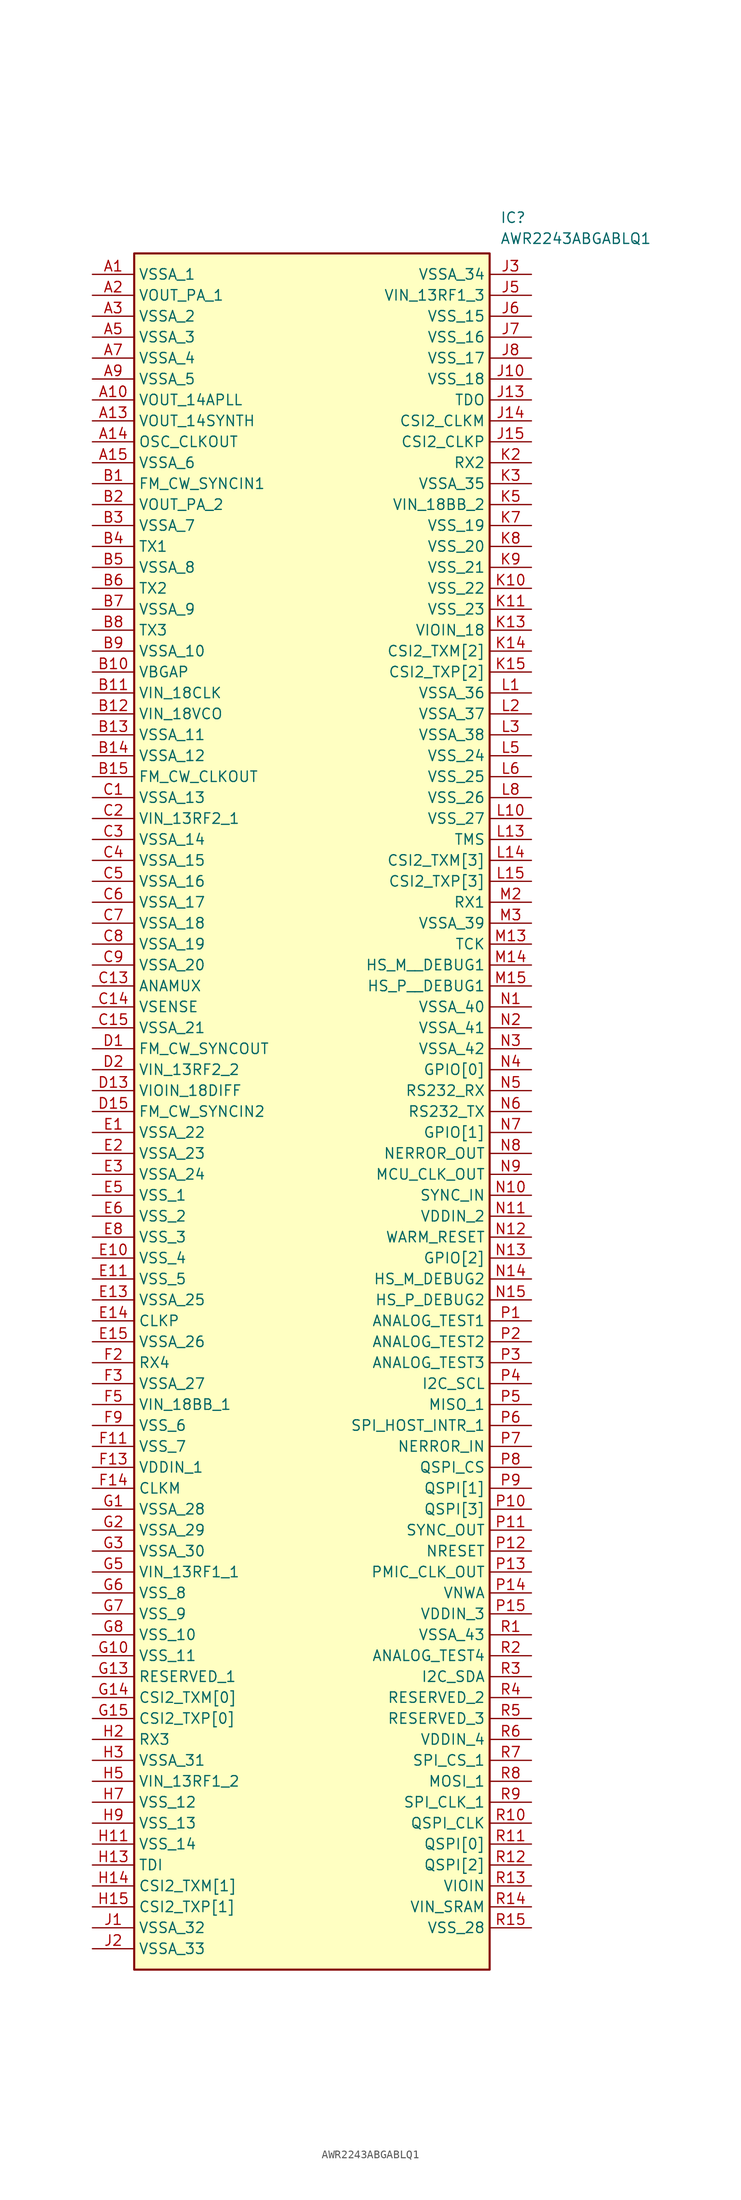
<source format=kicad_sym>
(kicad_symbol_lib
  (version 20211014)
  (generator SamacSys_ECAD_Model)
  (symbol "AWR2243ABGABLQ1"
    (property "Reference" "IC"
      (at 49.53 7.62 0)
      (effects (font (size 1.27 1.27)) (justify left top)))
    (property "Value" "AWR2243ABGABLQ1"
      (at 49.53 5.08 0)
      (effects (font (size 1.27 1.27)) (justify left top)))
    (rectangle
      (start 5.08 2.54)
      (end 48.26 -205.74)
      (stroke (width 0.254) (type default))
      (fill (type background)))
    (pin passive line
      (at 0 0 0)
      (length 5.08)
      (name "VSSA_1" (effects (font (size 1.27 1.27))))
      (number "A1" (effects (font (size 1.27 1.27)))))
    (pin passive line
      (at 0 -2.54 0)
      (length 5.08)
      (name "VOUT_PA_1" (effects (font (size 1.27 1.27))))
      (number "A2" (effects (font (size 1.27 1.27)))))
    (pin passive line
      (at 0 -5.08 0)
      (length 5.08)
      (name "VSSA_2" (effects (font (size 1.27 1.27))))
      (number "A3" (effects (font (size 1.27 1.27)))))
    (pin passive line
      (at 0 -7.62 0)
      (length 5.08)
      (name "VSSA_3" (effects (font (size 1.27 1.27))))
      (number "A5" (effects (font (size 1.27 1.27)))))
    (pin passive line
      (at 0 -10.16 0)
      (length 5.08)
      (name "VSSA_4" (effects (font (size 1.27 1.27))))
      (number "A7" (effects (font (size 1.27 1.27)))))
    (pin passive line
      (at 0 -12.7 0)
      (length 5.08)
      (name "VSSA_5" (effects (font (size 1.27 1.27))))
      (number "A9" (effects (font (size 1.27 1.27)))))
    (pin passive line
      (at 0 -15.24 0)
      (length 5.08)
      (name "VOUT_14APLL" (effects (font (size 1.27 1.27))))
      (number "A10" (effects (font (size 1.27 1.27)))))
    (pin passive line
      (at 0 -17.78 0)
      (length 5.08)
      (name "VOUT_14SYNTH" (effects (font (size 1.27 1.27))))
      (number "A13" (effects (font (size 1.27 1.27)))))
    (pin passive line
      (at 0 -20.32 0)
      (length 5.08)
      (name "OSC_CLKOUT" (effects (font (size 1.27 1.27))))
      (number "A14" (effects (font (size 1.27 1.27)))))
    (pin passive line
      (at 0 -22.86 0)
      (length 5.08)
      (name "VSSA_6" (effects (font (size 1.27 1.27))))
      (number "A15" (effects (font (size 1.27 1.27)))))
    (pin passive line
      (at 0 -25.4 0)
      (length 5.08)
      (name "FM_CW_SYNCIN1" (effects (font (size 1.27 1.27))))
      (number "B1" (effects (font (size 1.27 1.27)))))
    (pin passive line
      (at 0 -27.94 0)
      (length 5.08)
      (name "VOUT_PA_2" (effects (font (size 1.27 1.27))))
      (number "B2" (effects (font (size 1.27 1.27)))))
    (pin passive line
      (at 0 -30.48 0)
      (length 5.08)
      (name "VSSA_7" (effects (font (size 1.27 1.27))))
      (number "B3" (effects (font (size 1.27 1.27)))))
    (pin passive line
      (at 0 -33.02 0)
      (length 5.08)
      (name "TX1" (effects (font (size 1.27 1.27))))
      (number "B4" (effects (font (size 1.27 1.27)))))
    (pin passive line
      (at 0 -35.56 0)
      (length 5.08)
      (name "VSSA_8" (effects (font (size 1.27 1.27))))
      (number "B5" (effects (font (size 1.27 1.27)))))
    (pin passive line
      (at 0 -38.1 0)
      (length 5.08)
      (name "TX2" (effects (font (size 1.27 1.27))))
      (number "B6" (effects (font (size 1.27 1.27)))))
    (pin passive line
      (at 0 -40.64 0)
      (length 5.08)
      (name "VSSA_9" (effects (font (size 1.27 1.27))))
      (number "B7" (effects (font (size 1.27 1.27)))))
    (pin passive line
      (at 0 -43.18 0)
      (length 5.08)
      (name "TX3" (effects (font (size 1.27 1.27))))
      (number "B8" (effects (font (size 1.27 1.27)))))
    (pin passive line
      (at 0 -45.72 0)
      (length 5.08)
      (name "VSSA_10" (effects (font (size 1.27 1.27))))
      (number "B9" (effects (font (size 1.27 1.27)))))
    (pin passive line
      (at 0 -48.26 0)
      (length 5.08)
      (name "VBGAP" (effects (font (size 1.27 1.27))))
      (number "B10" (effects (font (size 1.27 1.27)))))
    (pin passive line
      (at 0 -50.8 0)
      (length 5.08)
      (name "VIN_18CLK" (effects (font (size 1.27 1.27))))
      (number "B11" (effects (font (size 1.27 1.27)))))
    (pin passive line
      (at 0 -53.34 0)
      (length 5.08)
      (name "VIN_18VCO" (effects (font (size 1.27 1.27))))
      (number "B12" (effects (font (size 1.27 1.27)))))
    (pin passive line
      (at 0 -55.88 0)
      (length 5.08)
      (name "VSSA_11" (effects (font (size 1.27 1.27))))
      (number "B13" (effects (font (size 1.27 1.27)))))
    (pin passive line
      (at 0 -58.42 0)
      (length 5.08)
      (name "VSSA_12" (effects (font (size 1.27 1.27))))
      (number "B14" (effects (font (size 1.27 1.27)))))
    (pin passive line
      (at 0 -60.96 0)
      (length 5.08)
      (name "FM_CW_CLKOUT" (effects (font (size 1.27 1.27))))
      (number "B15" (effects (font (size 1.27 1.27)))))
    (pin passive line
      (at 0 -63.5 0)
      (length 5.08)
      (name "VSSA_13" (effects (font (size 1.27 1.27))))
      (number "C1" (effects (font (size 1.27 1.27)))))
    (pin passive line
      (at 0 -66.04 0)
      (length 5.08)
      (name "VIN_13RF2_1" (effects (font (size 1.27 1.27))))
      (number "C2" (effects (font (size 1.27 1.27)))))
    (pin passive line
      (at 0 -68.58 0)
      (length 5.08)
      (name "VSSA_14" (effects (font (size 1.27 1.27))))
      (number "C3" (effects (font (size 1.27 1.27)))))
    (pin passive line
      (at 0 -71.12 0)
      (length 5.08)
      (name "VSSA_15" (effects (font (size 1.27 1.27))))
      (number "C4" (effects (font (size 1.27 1.27)))))
    (pin passive line
      (at 0 -73.66 0)
      (length 5.08)
      (name "VSSA_16" (effects (font (size 1.27 1.27))))
      (number "C5" (effects (font (size 1.27 1.27)))))
    (pin passive line
      (at 0 -76.2 0)
      (length 5.08)
      (name "VSSA_17" (effects (font (size 1.27 1.27))))
      (number "C6" (effects (font (size 1.27 1.27)))))
    (pin passive line
      (at 0 -78.74 0)
      (length 5.08)
      (name "VSSA_18" (effects (font (size 1.27 1.27))))
      (number "C7" (effects (font (size 1.27 1.27)))))
    (pin passive line
      (at 0 -81.28 0)
      (length 5.08)
      (name "VSSA_19" (effects (font (size 1.27 1.27))))
      (number "C8" (effects (font (size 1.27 1.27)))))
    (pin passive line
      (at 0 -83.82 0)
      (length 5.08)
      (name "VSSA_20" (effects (font (size 1.27 1.27))))
      (number "C9" (effects (font (size 1.27 1.27)))))
    (pin passive line
      (at 0 -86.36 0)
      (length 5.08)
      (name "ANAMUX" (effects (font (size 1.27 1.27))))
      (number "C13" (effects (font (size 1.27 1.27)))))
    (pin passive line
      (at 0 -88.9 0)
      (length 5.08)
      (name "VSENSE" (effects (font (size 1.27 1.27))))
      (number "C14" (effects (font (size 1.27 1.27)))))
    (pin passive line
      (at 0 -91.44 0)
      (length 5.08)
      (name "VSSA_21" (effects (font (size 1.27 1.27))))
      (number "C15" (effects (font (size 1.27 1.27)))))
    (pin passive line
      (at 0 -93.98 0)
      (length 5.08)
      (name "FM_CW_SYNCOUT" (effects (font (size 1.27 1.27))))
      (number "D1" (effects (font (size 1.27 1.27)))))
    (pin passive line
      (at 0 -96.52 0)
      (length 5.08)
      (name "VIN_13RF2_2" (effects (font (size 1.27 1.27))))
      (number "D2" (effects (font (size 1.27 1.27)))))
    (pin passive line
      (at 0 -99.06 0)
      (length 5.08)
      (name "VIOIN_18DIFF" (effects (font (size 1.27 1.27))))
      (number "D13" (effects (font (size 1.27 1.27)))))
    (pin passive line
      (at 0 -101.6 0)
      (length 5.08)
      (name "FM_CW_SYNCIN2" (effects (font (size 1.27 1.27))))
      (number "D15" (effects (font (size 1.27 1.27)))))
    (pin passive line
      (at 0 -104.14 0)
      (length 5.08)
      (name "VSSA_22" (effects (font (size 1.27 1.27))))
      (number "E1" (effects (font (size 1.27 1.27)))))
    (pin passive line
      (at 0 -106.68 0)
      (length 5.08)
      (name "VSSA_23" (effects (font (size 1.27 1.27))))
      (number "E2" (effects (font (size 1.27 1.27)))))
    (pin passive line
      (at 0 -109.22 0)
      (length 5.08)
      (name "VSSA_24" (effects (font (size 1.27 1.27))))
      (number "E3" (effects (font (size 1.27 1.27)))))
    (pin passive line
      (at 0 -111.76 0)
      (length 5.08)
      (name "VSS_1" (effects (font (size 1.27 1.27))))
      (number "E5" (effects (font (size 1.27 1.27)))))
    (pin passive line
      (at 0 -114.3 0)
      (length 5.08)
      (name "VSS_2" (effects (font (size 1.27 1.27))))
      (number "E6" (effects (font (size 1.27 1.27)))))
    (pin passive line
      (at 0 -116.84 0)
      (length 5.08)
      (name "VSS_3" (effects (font (size 1.27 1.27))))
      (number "E8" (effects (font (size 1.27 1.27)))))
    (pin passive line
      (at 0 -119.38 0)
      (length 5.08)
      (name "VSS_4" (effects (font (size 1.27 1.27))))
      (number "E10" (effects (font (size 1.27 1.27)))))
    (pin passive line
      (at 0 -121.92 0)
      (length 5.08)
      (name "VSS_5" (effects (font (size 1.27 1.27))))
      (number "E11" (effects (font (size 1.27 1.27)))))
    (pin passive line
      (at 0 -124.46 0)
      (length 5.08)
      (name "VSSA_25" (effects (font (size 1.27 1.27))))
      (number "E13" (effects (font (size 1.27 1.27)))))
    (pin passive line
      (at 0 -127 0)
      (length 5.08)
      (name "CLKP" (effects (font (size 1.27 1.27))))
      (number "E14" (effects (font (size 1.27 1.27)))))
    (pin passive line
      (at 0 -129.54 0)
      (length 5.08)
      (name "VSSA_26" (effects (font (size 1.27 1.27))))
      (number "E15" (effects (font (size 1.27 1.27)))))
    (pin passive line
      (at 0 -132.08 0)
      (length 5.08)
      (name "RX4" (effects (font (size 1.27 1.27))))
      (number "F2" (effects (font (size 1.27 1.27)))))
    (pin passive line
      (at 0 -134.62 0)
      (length 5.08)
      (name "VSSA_27" (effects (font (size 1.27 1.27))))
      (number "F3" (effects (font (size 1.27 1.27)))))
    (pin passive line
      (at 0 -137.16 0)
      (length 5.08)
      (name "VIN_18BB_1" (effects (font (size 1.27 1.27))))
      (number "F5" (effects (font (size 1.27 1.27)))))
    (pin passive line
      (at 0 -139.7 0)
      (length 5.08)
      (name "VSS_6" (effects (font (size 1.27 1.27))))
      (number "F9" (effects (font (size 1.27 1.27)))))
    (pin passive line
      (at 0 -142.24 0)
      (length 5.08)
      (name "VSS_7" (effects (font (size 1.27 1.27))))
      (number "F11" (effects (font (size 1.27 1.27)))))
    (pin passive line
      (at 0 -144.78 0)
      (length 5.08)
      (name "VDDIN_1" (effects (font (size 1.27 1.27))))
      (number "F13" (effects (font (size 1.27 1.27)))))
    (pin passive line
      (at 0 -147.32 0)
      (length 5.08)
      (name "CLKM" (effects (font (size 1.27 1.27))))
      (number "F14" (effects (font (size 1.27 1.27)))))
    (pin passive line
      (at 0 -149.86 0)
      (length 5.08)
      (name "VSSA_28" (effects (font (size 1.27 1.27))))
      (number "G1" (effects (font (size 1.27 1.27)))))
    (pin passive line
      (at 0 -152.4 0)
      (length 5.08)
      (name "VSSA_29" (effects (font (size 1.27 1.27))))
      (number "G2" (effects (font (size 1.27 1.27)))))
    (pin passive line
      (at 0 -154.94 0)
      (length 5.08)
      (name "VSSA_30" (effects (font (size 1.27 1.27))))
      (number "G3" (effects (font (size 1.27 1.27)))))
    (pin passive line
      (at 0 -157.48 0)
      (length 5.08)
      (name "VIN_13RF1_1" (effects (font (size 1.27 1.27))))
      (number "G5" (effects (font (size 1.27 1.27)))))
    (pin passive line
      (at 0 -160.02 0)
      (length 5.08)
      (name "VSS_8" (effects (font (size 1.27 1.27))))
      (number "G6" (effects (font (size 1.27 1.27)))))
    (pin passive line
      (at 0 -162.56 0)
      (length 5.08)
      (name "VSS_9" (effects (font (size 1.27 1.27))))
      (number "G7" (effects (font (size 1.27 1.27)))))
    (pin passive line
      (at 0 -165.1 0)
      (length 5.08)
      (name "VSS_10" (effects (font (size 1.27 1.27))))
      (number "G8" (effects (font (size 1.27 1.27)))))
    (pin passive line
      (at 0 -167.64 0)
      (length 5.08)
      (name "VSS_11" (effects (font (size 1.27 1.27))))
      (number "G10" (effects (font (size 1.27 1.27)))))
    (pin passive line
      (at 0 -170.18 0)
      (length 5.08)
      (name "RESERVED_1" (effects (font (size 1.27 1.27))))
      (number "G13" (effects (font (size 1.27 1.27)))))
    (pin passive line
      (at 0 -172.72 0)
      (length 5.08)
      (name "CSI2_TXM[0]" (effects (font (size 1.27 1.27))))
      (number "G14" (effects (font (size 1.27 1.27)))))
    (pin passive line
      (at 0 -175.26 0)
      (length 5.08)
      (name "CSI2_TXP[0]" (effects (font (size 1.27 1.27))))
      (number "G15" (effects (font (size 1.27 1.27)))))
    (pin passive line
      (at 0 -177.8 0)
      (length 5.08)
      (name "RX3" (effects (font (size 1.27 1.27))))
      (number "H2" (effects (font (size 1.27 1.27)))))
    (pin passive line
      (at 0 -180.34 0)
      (length 5.08)
      (name "VSSA_31" (effects (font (size 1.27 1.27))))
      (number "H3" (effects (font (size 1.27 1.27)))))
    (pin passive line
      (at 0 -182.88 0)
      (length 5.08)
      (name "VIN_13RF1_2" (effects (font (size 1.27 1.27))))
      (number "H5" (effects (font (size 1.27 1.27)))))
    (pin passive line
      (at 0 -185.42 0)
      (length 5.08)
      (name "VSS_12" (effects (font (size 1.27 1.27))))
      (number "H7" (effects (font (size 1.27 1.27)))))
    (pin passive line
      (at 0 -187.96 0)
      (length 5.08)
      (name "VSS_13" (effects (font (size 1.27 1.27))))
      (number "H9" (effects (font (size 1.27 1.27)))))
    (pin passive line
      (at 0 -190.5 0)
      (length 5.08)
      (name "VSS_14" (effects (font (size 1.27 1.27))))
      (number "H11" (effects (font (size 1.27 1.27)))))
    (pin passive line
      (at 0 -193.04 0)
      (length 5.08)
      (name "TDI" (effects (font (size 1.27 1.27))))
      (number "H13" (effects (font (size 1.27 1.27)))))
    (pin passive line
      (at 0 -195.58 0)
      (length 5.08)
      (name "CSI2_TXM[1]" (effects (font (size 1.27 1.27))))
      (number "H14" (effects (font (size 1.27 1.27)))))
    (pin passive line
      (at 0 -198.12 0)
      (length 5.08)
      (name "CSI2_TXP[1]" (effects (font (size 1.27 1.27))))
      (number "H15" (effects (font (size 1.27 1.27)))))
    (pin passive line
      (at 0 -200.66 0)
      (length 5.08)
      (name "VSSA_32" (effects (font (size 1.27 1.27))))
      (number "J1" (effects (font (size 1.27 1.27)))))
    (pin passive line
      (at 0 -203.2 0)
      (length 5.08)
      (name "VSSA_33" (effects (font (size 1.27 1.27))))
      (number "J2" (effects (font (size 1.27 1.27)))))
    (pin passive line
      (at 53.34 0 180)
      (length 5.08)
      (name "VSSA_34" (effects (font (size 1.27 1.27))))
      (number "J3" (effects (font (size 1.27 1.27)))))
    (pin passive line
      (at 53.34 -2.54 180)
      (length 5.08)
      (name "VIN_13RF1_3" (effects (font (size 1.27 1.27))))
      (number "J5" (effects (font (size 1.27 1.27)))))
    (pin passive line
      (at 53.34 -5.08 180)
      (length 5.08)
      (name "VSS_15" (effects (font (size 1.27 1.27))))
      (number "J6" (effects (font (size 1.27 1.27)))))
    (pin passive line
      (at 53.34 -7.62 180)
      (length 5.08)
      (name "VSS_16" (effects (font (size 1.27 1.27))))
      (number "J7" (effects (font (size 1.27 1.27)))))
    (pin passive line
      (at 53.34 -10.16 180)
      (length 5.08)
      (name "VSS_17" (effects (font (size 1.27 1.27))))
      (number "J8" (effects (font (size 1.27 1.27)))))
    (pin passive line
      (at 53.34 -12.7 180)
      (length 5.08)
      (name "VSS_18" (effects (font (size 1.27 1.27))))
      (number "J10" (effects (font (size 1.27 1.27)))))
    (pin passive line
      (at 53.34 -15.24 180)
      (length 5.08)
      (name "TDO" (effects (font (size 1.27 1.27))))
      (number "J13" (effects (font (size 1.27 1.27)))))
    (pin passive line
      (at 53.34 -17.78 180)
      (length 5.08)
      (name "CSI2_CLKM" (effects (font (size 1.27 1.27))))
      (number "J14" (effects (font (size 1.27 1.27)))))
    (pin passive line
      (at 53.34 -20.32 180)
      (length 5.08)
      (name "CSI2_CLKP" (effects (font (size 1.27 1.27))))
      (number "J15" (effects (font (size 1.27 1.27)))))
    (pin passive line
      (at 53.34 -22.86 180)
      (length 5.08)
      (name "RX2" (effects (font (size 1.27 1.27))))
      (number "K2" (effects (font (size 1.27 1.27)))))
    (pin passive line
      (at 53.34 -25.4 180)
      (length 5.08)
      (name "VSSA_35" (effects (font (size 1.27 1.27))))
      (number "K3" (effects (font (size 1.27 1.27)))))
    (pin passive line
      (at 53.34 -27.94 180)
      (length 5.08)
      (name "VIN_18BB_2" (effects (font (size 1.27 1.27))))
      (number "K5" (effects (font (size 1.27 1.27)))))
    (pin passive line
      (at 53.34 -30.48 180)
      (length 5.08)
      (name "VSS_19" (effects (font (size 1.27 1.27))))
      (number "K7" (effects (font (size 1.27 1.27)))))
    (pin passive line
      (at 53.34 -33.02 180)
      (length 5.08)
      (name "VSS_20" (effects (font (size 1.27 1.27))))
      (number "K8" (effects (font (size 1.27 1.27)))))
    (pin passive line
      (at 53.34 -35.56 180)
      (length 5.08)
      (name "VSS_21" (effects (font (size 1.27 1.27))))
      (number "K9" (effects (font (size 1.27 1.27)))))
    (pin passive line
      (at 53.34 -38.1 180)
      (length 5.08)
      (name "VSS_22" (effects (font (size 1.27 1.27))))
      (number "K10" (effects (font (size 1.27 1.27)))))
    (pin passive line
      (at 53.34 -40.64 180)
      (length 5.08)
      (name "VSS_23" (effects (font (size 1.27 1.27))))
      (number "K11" (effects (font (size 1.27 1.27)))))
    (pin passive line
      (at 53.34 -43.18 180)
      (length 5.08)
      (name "VIOIN_18" (effects (font (size 1.27 1.27))))
      (number "K13" (effects (font (size 1.27 1.27)))))
    (pin passive line
      (at 53.34 -45.72 180)
      (length 5.08)
      (name "CSI2_TXM[2]" (effects (font (size 1.27 1.27))))
      (number "K14" (effects (font (size 1.27 1.27)))))
    (pin passive line
      (at 53.34 -48.26 180)
      (length 5.08)
      (name "CSI2_TXP[2]" (effects (font (size 1.27 1.27))))
      (number "K15" (effects (font (size 1.27 1.27)))))
    (pin passive line
      (at 53.34 -50.8 180)
      (length 5.08)
      (name "VSSA_36" (effects (font (size 1.27 1.27))))
      (number "L1" (effects (font (size 1.27 1.27)))))
    (pin passive line
      (at 53.34 -53.34 180)
      (length 5.08)
      (name "VSSA_37" (effects (font (size 1.27 1.27))))
      (number "L2" (effects (font (size 1.27 1.27)))))
    (pin passive line
      (at 53.34 -55.88 180)
      (length 5.08)
      (name "VSSA_38" (effects (font (size 1.27 1.27))))
      (number "L3" (effects (font (size 1.27 1.27)))))
    (pin passive line
      (at 53.34 -58.42 180)
      (length 5.08)
      (name "VSS_24" (effects (font (size 1.27 1.27))))
      (number "L5" (effects (font (size 1.27 1.27)))))
    (pin passive line
      (at 53.34 -60.96 180)
      (length 5.08)
      (name "VSS_25" (effects (font (size 1.27 1.27))))
      (number "L6" (effects (font (size 1.27 1.27)))))
    (pin passive line
      (at 53.34 -63.5 180)
      (length 5.08)
      (name "VSS_26" (effects (font (size 1.27 1.27))))
      (number "L8" (effects (font (size 1.27 1.27)))))
    (pin passive line
      (at 53.34 -66.04 180)
      (length 5.08)
      (name "VSS_27" (effects (font (size 1.27 1.27))))
      (number "L10" (effects (font (size 1.27 1.27)))))
    (pin passive line
      (at 53.34 -68.58 180)
      (length 5.08)
      (name "TMS" (effects (font (size 1.27 1.27))))
      (number "L13" (effects (font (size 1.27 1.27)))))
    (pin passive line
      (at 53.34 -71.12 180)
      (length 5.08)
      (name "CSI2_TXM[3]" (effects (font (size 1.27 1.27))))
      (number "L14" (effects (font (size 1.27 1.27)))))
    (pin passive line
      (at 53.34 -73.66 180)
      (length 5.08)
      (name "CSI2_TXP[3]" (effects (font (size 1.27 1.27))))
      (number "L15" (effects (font (size 1.27 1.27)))))
    (pin passive line
      (at 53.34 -76.2 180)
      (length 5.08)
      (name "RX1" (effects (font (size 1.27 1.27))))
      (number "M2" (effects (font (size 1.27 1.27)))))
    (pin passive line
      (at 53.34 -78.74 180)
      (length 5.08)
      (name "VSSA_39" (effects (font (size 1.27 1.27))))
      (number "M3" (effects (font (size 1.27 1.27)))))
    (pin passive line
      (at 53.34 -81.28 180)
      (length 5.08)
      (name "TCK" (effects (font (size 1.27 1.27))))
      (number "M13" (effects (font (size 1.27 1.27)))))
    (pin passive line
      (at 53.34 -83.82 180)
      (length 5.08)
      (name "HS_M__DEBUG1" (effects (font (size 1.27 1.27))))
      (number "M14" (effects (font (size 1.27 1.27)))))
    (pin passive line
      (at 53.34 -86.36 180)
      (length 5.08)
      (name "HS_P__DEBUG1" (effects (font (size 1.27 1.27))))
      (number "M15" (effects (font (size 1.27 1.27)))))
    (pin passive line
      (at 53.34 -88.9 180)
      (length 5.08)
      (name "VSSA_40" (effects (font (size 1.27 1.27))))
      (number "N1" (effects (font (size 1.27 1.27)))))
    (pin passive line
      (at 53.34 -91.44 180)
      (length 5.08)
      (name "VSSA_41" (effects (font (size 1.27 1.27))))
      (number "N2" (effects (font (size 1.27 1.27)))))
    (pin passive line
      (at 53.34 -93.98 180)
      (length 5.08)
      (name "VSSA_42" (effects (font (size 1.27 1.27))))
      (number "N3" (effects (font (size 1.27 1.27)))))
    (pin passive line
      (at 53.34 -96.52 180)
      (length 5.08)
      (name "GPIO[0]" (effects (font (size 1.27 1.27))))
      (number "N4" (effects (font (size 1.27 1.27)))))
    (pin passive line
      (at 53.34 -99.06 180)
      (length 5.08)
      (name "RS232_RX" (effects (font (size 1.27 1.27))))
      (number "N5" (effects (font (size 1.27 1.27)))))
    (pin passive line
      (at 53.34 -101.6 180)
      (length 5.08)
      (name "RS232_TX" (effects (font (size 1.27 1.27))))
      (number "N6" (effects (font (size 1.27 1.27)))))
    (pin passive line
      (at 53.34 -104.14 180)
      (length 5.08)
      (name "GPIO[1]" (effects (font (size 1.27 1.27))))
      (number "N7" (effects (font (size 1.27 1.27)))))
    (pin passive line
      (at 53.34 -106.68 180)
      (length 5.08)
      (name "NERROR_OUT" (effects (font (size 1.27 1.27))))
      (number "N8" (effects (font (size 1.27 1.27)))))
    (pin passive line
      (at 53.34 -109.22 180)
      (length 5.08)
      (name "MCU_CLK_OUT" (effects (font (size 1.27 1.27))))
      (number "N9" (effects (font (size 1.27 1.27)))))
    (pin passive line
      (at 53.34 -111.76 180)
      (length 5.08)
      (name "SYNC_IN" (effects (font (size 1.27 1.27))))
      (number "N10" (effects (font (size 1.27 1.27)))))
    (pin passive line
      (at 53.34 -114.3 180)
      (length 5.08)
      (name "VDDIN_2" (effects (font (size 1.27 1.27))))
      (number "N11" (effects (font (size 1.27 1.27)))))
    (pin passive line
      (at 53.34 -116.84 180)
      (length 5.08)
      (name "WARM_RESET" (effects (font (size 1.27 1.27))))
      (number "N12" (effects (font (size 1.27 1.27)))))
    (pin passive line
      (at 53.34 -119.38 180)
      (length 5.08)
      (name "GPIO[2]" (effects (font (size 1.27 1.27))))
      (number "N13" (effects (font (size 1.27 1.27)))))
    (pin passive line
      (at 53.34 -121.92 180)
      (length 5.08)
      (name "HS_M_DEBUG2" (effects (font (size 1.27 1.27))))
      (number "N14" (effects (font (size 1.27 1.27)))))
    (pin passive line
      (at 53.34 -124.46 180)
      (length 5.08)
      (name "HS_P_DEBUG2" (effects (font (size 1.27 1.27))))
      (number "N15" (effects (font (size 1.27 1.27)))))
    (pin passive line
      (at 53.34 -127 180)
      (length 5.08)
      (name "ANALOG_TEST1" (effects (font (size 1.27 1.27))))
      (number "P1" (effects (font (size 1.27 1.27)))))
    (pin passive line
      (at 53.34 -129.54 180)
      (length 5.08)
      (name "ANALOG_TEST2" (effects (font (size 1.27 1.27))))
      (number "P2" (effects (font (size 1.27 1.27)))))
    (pin passive line
      (at 53.34 -132.08 180)
      (length 5.08)
      (name "ANALOG_TEST3" (effects (font (size 1.27 1.27))))
      (number "P3" (effects (font (size 1.27 1.27)))))
    (pin passive line
      (at 53.34 -134.62 180)
      (length 5.08)
      (name "I2C_SCL" (effects (font (size 1.27 1.27))))
      (number "P4" (effects (font (size 1.27 1.27)))))
    (pin passive line
      (at 53.34 -137.16 180)
      (length 5.08)
      (name "MISO_1" (effects (font (size 1.27 1.27))))
      (number "P5" (effects (font (size 1.27 1.27)))))
    (pin passive line
      (at 53.34 -139.7 180)
      (length 5.08)
      (name "SPI_HOST_INTR_1" (effects (font (size 1.27 1.27))))
      (number "P6" (effects (font (size 1.27 1.27)))))
    (pin passive line
      (at 53.34 -142.24 180)
      (length 5.08)
      (name "NERROR_IN" (effects (font (size 1.27 1.27))))
      (number "P7" (effects (font (size 1.27 1.27)))))
    (pin passive line
      (at 53.34 -144.78 180)
      (length 5.08)
      (name "QSPI_CS" (effects (font (size 1.27 1.27))))
      (number "P8" (effects (font (size 1.27 1.27)))))
    (pin passive line
      (at 53.34 -147.32 180)
      (length 5.08)
      (name "QSPI[1]" (effects (font (size 1.27 1.27))))
      (number "P9" (effects (font (size 1.27 1.27)))))
    (pin passive line
      (at 53.34 -149.86 180)
      (length 5.08)
      (name "QSPI[3]" (effects (font (size 1.27 1.27))))
      (number "P10" (effects (font (size 1.27 1.27)))))
    (pin passive line
      (at 53.34 -152.4 180)
      (length 5.08)
      (name "SYNC_OUT" (effects (font (size 1.27 1.27))))
      (number "P11" (effects (font (size 1.27 1.27)))))
    (pin passive line
      (at 53.34 -154.94 180)
      (length 5.08)
      (name "NRESET" (effects (font (size 1.27 1.27))))
      (number "P12" (effects (font (size 1.27 1.27)))))
    (pin passive line
      (at 53.34 -157.48 180)
      (length 5.08)
      (name "PMIC_CLK_OUT" (effects (font (size 1.27 1.27))))
      (number "P13" (effects (font (size 1.27 1.27)))))
    (pin passive line
      (at 53.34 -160.02 180)
      (length 5.08)
      (name "VNWA" (effects (font (size 1.27 1.27))))
      (number "P14" (effects (font (size 1.27 1.27)))))
    (pin passive line
      (at 53.34 -162.56 180)
      (length 5.08)
      (name "VDDIN_3" (effects (font (size 1.27 1.27))))
      (number "P15" (effects (font (size 1.27 1.27)))))
    (pin passive line
      (at 53.34 -165.1 180)
      (length 5.08)
      (name "VSSA_43" (effects (font (size 1.27 1.27))))
      (number "R1" (effects (font (size 1.27 1.27)))))
    (pin passive line
      (at 53.34 -167.64 180)
      (length 5.08)
      (name "ANALOG_TEST4" (effects (font (size 1.27 1.27))))
      (number "R2" (effects (font (size 1.27 1.27)))))
    (pin passive line
      (at 53.34 -170.18 180)
      (length 5.08)
      (name "I2C_SDA" (effects (font (size 1.27 1.27))))
      (number "R3" (effects (font (size 1.27 1.27)))))
    (pin passive line
      (at 53.34 -172.72 180)
      (length 5.08)
      (name "RESERVED_2" (effects (font (size 1.27 1.27))))
      (number "R4" (effects (font (size 1.27 1.27)))))
    (pin passive line
      (at 53.34 -175.26 180)
      (length 5.08)
      (name "RESERVED_3" (effects (font (size 1.27 1.27))))
      (number "R5" (effects (font (size 1.27 1.27)))))
    (pin passive line
      (at 53.34 -177.8 180)
      (length 5.08)
      (name "VDDIN_4" (effects (font (size 1.27 1.27))))
      (number "R6" (effects (font (size 1.27 1.27)))))
    (pin passive line
      (at 53.34 -180.34 180)
      (length 5.08)
      (name "SPI_CS_1" (effects (font (size 1.27 1.27))))
      (number "R7" (effects (font (size 1.27 1.27)))))
    (pin passive line
      (at 53.34 -182.88 180)
      (length 5.08)
      (name "MOSI_1" (effects (font (size 1.27 1.27))))
      (number "R8" (effects (font (size 1.27 1.27)))))
    (pin passive line
      (at 53.34 -185.42 180)
      (length 5.08)
      (name "SPI_CLK_1" (effects (font (size 1.27 1.27))))
      (number "R9" (effects (font (size 1.27 1.27)))))
    (pin passive line
      (at 53.34 -187.96 180)
      (length 5.08)
      (name "QSPI_CLK" (effects (font (size 1.27 1.27))))
      (number "R10" (effects (font (size 1.27 1.27)))))
    (pin passive line
      (at 53.34 -190.5 180)
      (length 5.08)
      (name "QSPI[0]" (effects (font (size 1.27 1.27))))
      (number "R11" (effects (font (size 1.27 1.27)))))
    (pin passive line
      (at 53.34 -193.04 180)
      (length 5.08)
      (name "QSPI[2]" (effects (font (size 1.27 1.27))))
      (number "R12" (effects (font (size 1.27 1.27)))))
    (pin passive line
      (at 53.34 -195.58 180)
      (length 5.08)
      (name "VIOIN" (effects (font (size 1.27 1.27))))
      (number "R13" (effects (font (size 1.27 1.27)))))
    (pin passive line
      (at 53.34 -198.12 180)
      (length 5.08)
      (name "VIN_SRAM" (effects (font (size 1.27 1.27))))
      (number "R14" (effects (font (size 1.27 1.27)))))
    (pin passive line
      (at 53.34 -200.66 180)
      (length 5.08)
      (name "VSS_28" (effects (font (size 1.27 1.27))))
      (number "R15" (effects (font (size 1.27 1.27)))))))
</source>
